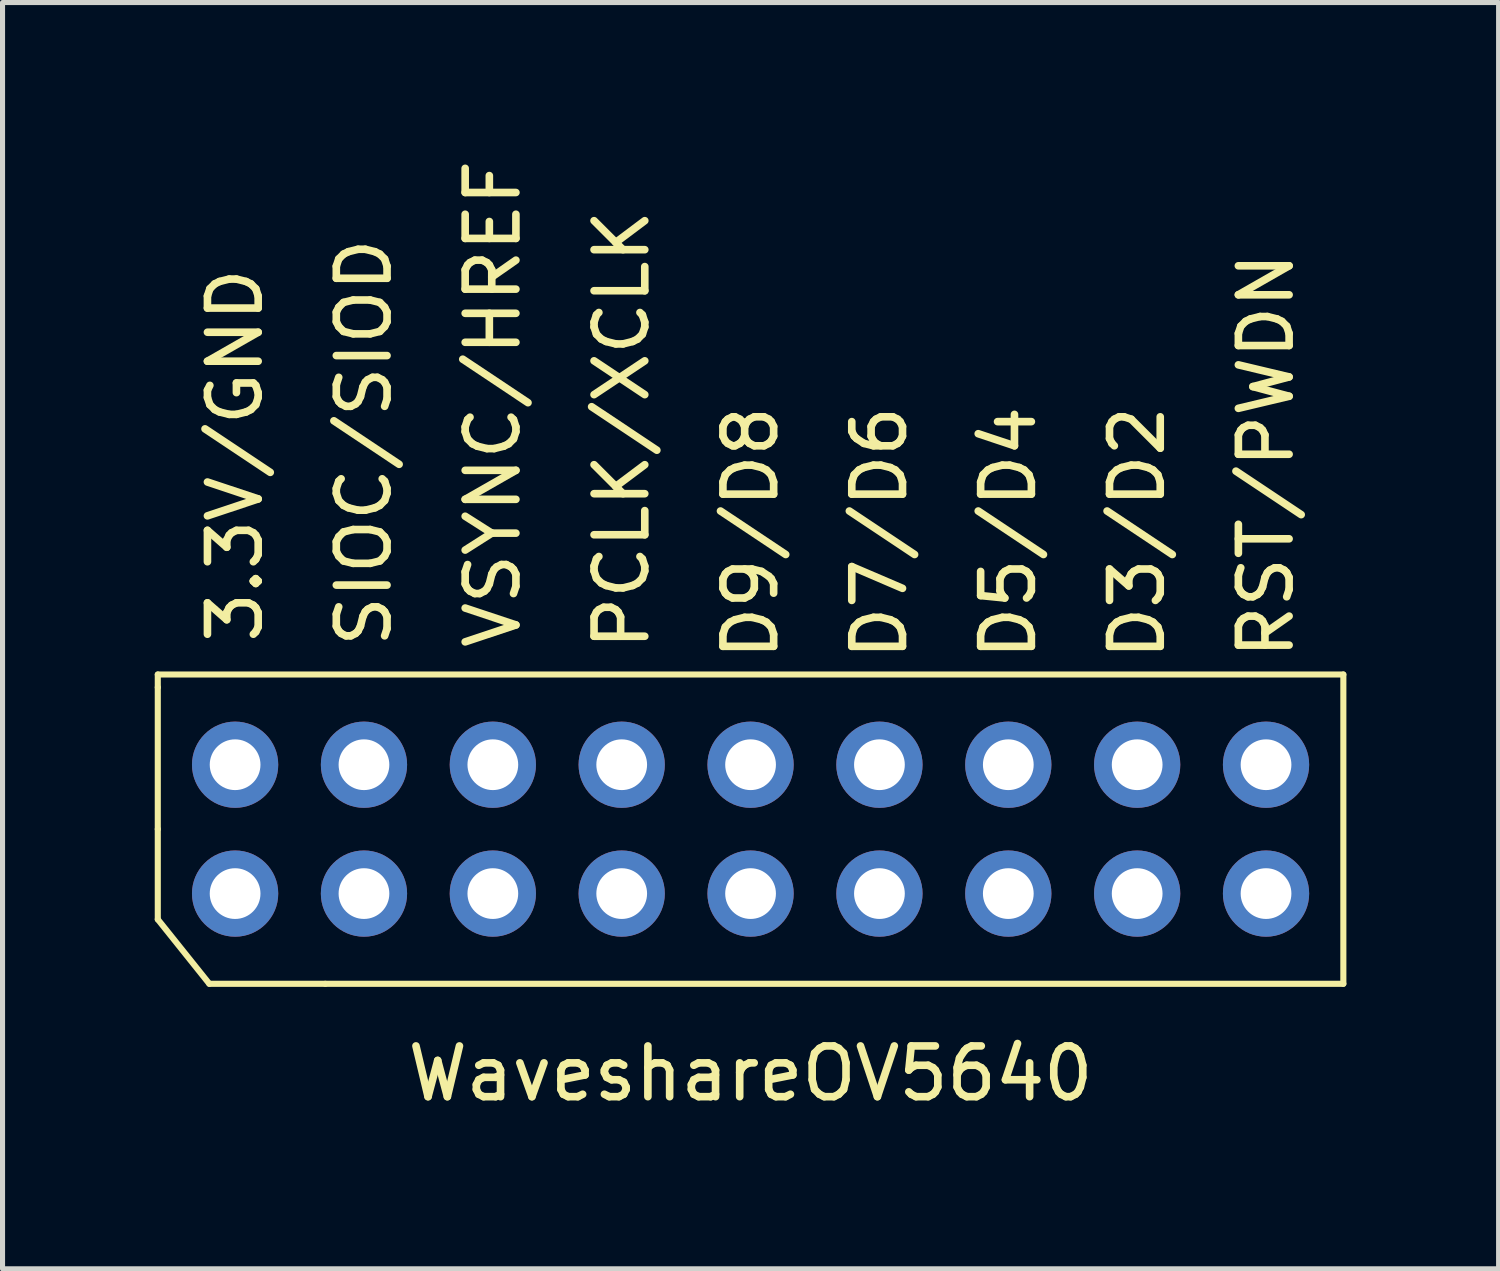
<source format=kicad_pcb>
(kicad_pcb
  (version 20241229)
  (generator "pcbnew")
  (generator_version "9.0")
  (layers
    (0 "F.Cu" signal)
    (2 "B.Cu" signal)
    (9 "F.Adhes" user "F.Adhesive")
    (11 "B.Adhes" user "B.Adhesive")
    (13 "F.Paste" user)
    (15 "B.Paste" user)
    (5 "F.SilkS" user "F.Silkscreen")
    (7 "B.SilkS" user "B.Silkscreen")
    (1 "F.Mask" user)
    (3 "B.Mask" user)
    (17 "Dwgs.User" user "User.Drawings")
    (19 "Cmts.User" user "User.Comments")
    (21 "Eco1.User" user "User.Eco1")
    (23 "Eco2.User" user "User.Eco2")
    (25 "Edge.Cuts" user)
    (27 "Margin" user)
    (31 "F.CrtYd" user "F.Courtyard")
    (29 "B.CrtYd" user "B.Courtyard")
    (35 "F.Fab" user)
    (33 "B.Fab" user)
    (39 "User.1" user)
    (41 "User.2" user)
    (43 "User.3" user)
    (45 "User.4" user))
  (footprint "WaveshareOV5640"
    (layer "F.Cu")
    (at 11.744 9.737)
    (property "Reference" "WaveshareOV5640" (at 0 8.374 180) (layer "F.SilkS") (effects (font (size 1 1) (thickness 0.15))))
    (attr through_hole)
    (fp_line (start -11.684 0.508) (end -11.684 0.762) (stroke (width 0.12) (type solid)) (layer "F.SilkS"))
    (fp_line (start -11.684 0.762) (end -11.684 3.556) (stroke (width 0.12) (type solid)) (layer "F.SilkS"))
    (fp_line (start -11.684 3.556) (end -11.684 5.334) (stroke (width 0.12) (type solid)) (layer "F.SilkS"))
    (fp_line (start -11.684 5.334) (end -10.668 6.604) (stroke (width 0.12) (type solid)) (layer "F.SilkS"))
    (fp_line (start -10.668 6.604) (end -8.382 6.604) (stroke (width 0.12) (type solid)) (layer "F.SilkS"))
    (fp_line (start -8.382 6.604) (end 11.684 6.604) (stroke (width 0.12) (type solid)) (layer "F.SilkS"))
    (fp_line (start 11.684 0.508) (end -11.684 0.508) (stroke (width 0.12) (type solid)) (layer "F.SilkS"))
    (fp_line (start 11.684 6.604) (end 11.684 0.508) (stroke (width 0.12) (type solid)) (layer "F.SilkS"))
    (fp_text user "PCLK/XCLK" (at -2.54 -4.318 90) (layer "F.SilkS") (effects (font (size 1 1) (thickness 0.15))))
    (fp_text user "VSYNC/HREF" (at -5.08 -4.826 90) (layer "F.SilkS") (effects (font (size 1 1) (thickness 0.15))))
    (fp_text user "D7/D6" (at 2.54 -2.286 90) (layer "F.SilkS") (effects (font (size 1 1) (thickness 0.15))))
    (fp_text user "D3/D2" (at 7.62 -2.286 90) (layer "F.SilkS") (effects (font (size 1 1) (thickness 0.15))))
    (fp_text user "D9/D8" (at 0 -2.286 90) (layer "F.SilkS") (effects (font (size 1 1) (thickness 0.15))))
    (fp_text user "3.3V/GND" (at -10.16 -3.81 90) (layer "F.SilkS") (effects (font (size 1 1) (thickness 0.15))))
    (fp_text user "SIOC/SIOD" (at -7.62 -4.064 90) (layer "F.SilkS") (effects (font (size 1 1) (thickness 0.15))))
    (fp_text user "D5/D4" (at 5.08 -2.286 90) (layer "F.SilkS") (effects (font (size 1 1) (thickness 0.15))))
    (fp_text user "RST/PWDN" (at 10.16 -3.81 90) (layer "F.SilkS") (effects (font (size 1 1) (thickness 0.15))))
    (pad "1" thru_hole circle (at -10.16 4.826 90) (size 1.7 1.7) (drill 1) (layers "*.Cu" "*.Mask"))
    (pad "2" thru_hole circle (at -10.16 2.286 90) (size 1.7 1.7) (drill 1) (layers "*.Cu" "*.Mask"))
    (pad "3" thru_hole circle (at -7.62 4.826 90) (size 1.7 1.7) (drill 1) (layers "*.Cu" "*.Mask"))
    (pad "4" thru_hole circle (at -7.62 2.286 90) (size 1.7 1.7) (drill 1) (layers "*.Cu" "*.Mask"))
    (pad "5" thru_hole circle (at -5.08 4.826 90) (size 1.7 1.7) (drill 1) (layers "*.Cu" "*.Mask"))
    (pad "6" thru_hole circle (at -5.08 2.286 90) (size 1.7 1.7) (drill 1) (layers "*.Cu" "*.Mask"))
    (pad "7" thru_hole circle (at -2.54 4.826 90) (size 1.7 1.7) (drill 1) (layers "*.Cu" "*.Mask"))
    (pad "8" thru_hole circle (at -2.54 2.286 90) (size 1.7 1.7) (drill 1) (layers "*.Cu" "*.Mask"))
    (pad "9" thru_hole circle (at 0 4.826 90) (size 1.7 1.7) (drill 1) (layers "*.Cu" "*.Mask"))
    (pad "10" thru_hole circle (at 0 2.286 90) (size 1.7 1.7) (drill 1) (layers "*.Cu" "*.Mask"))
    (pad "11" thru_hole circle (at 2.54 4.826 90) (size 1.7 1.7) (drill 1) (layers "*.Cu" "*.Mask"))
    (pad "12" thru_hole circle (at 2.54 2.286 90) (size 1.7 1.7) (drill 1) (layers "*.Cu" "*.Mask"))
    (pad "13" thru_hole circle (at 5.08 4.826 90) (size 1.7 1.7) (drill 1) (layers "*.Cu" "*.Mask"))
    (pad "14" thru_hole circle (at 5.08 2.286 90) (size 1.7 1.7) (drill 1) (layers "*.Cu" "*.Mask"))
    (pad "15" thru_hole circle (at 7.62 4.826 90) (size 1.7 1.7) (drill 1) (layers "*.Cu" "*.Mask"))
    (pad "16" thru_hole circle (at 7.62 2.286 90) (size 1.7 1.7) (drill 1) (layers "*.Cu" "*.Mask"))
    (pad "17" thru_hole circle (at 10.16 4.826 90) (size 1.7 1.7) (drill 1) (layers "*.Cu" "*.Mask"))
    (pad "18" thru_hole circle (at 10.16 2.286 90) (size 1.7 1.7) (drill 1) (layers "*.Cu" "*.Mask")))
  (gr_rect
    (start -3 -3)
    (end 26.488 21.959)
    (stroke (width 0.1) (type default))
    (fill no)
    (layer "Edge.Cuts")))
</source>
